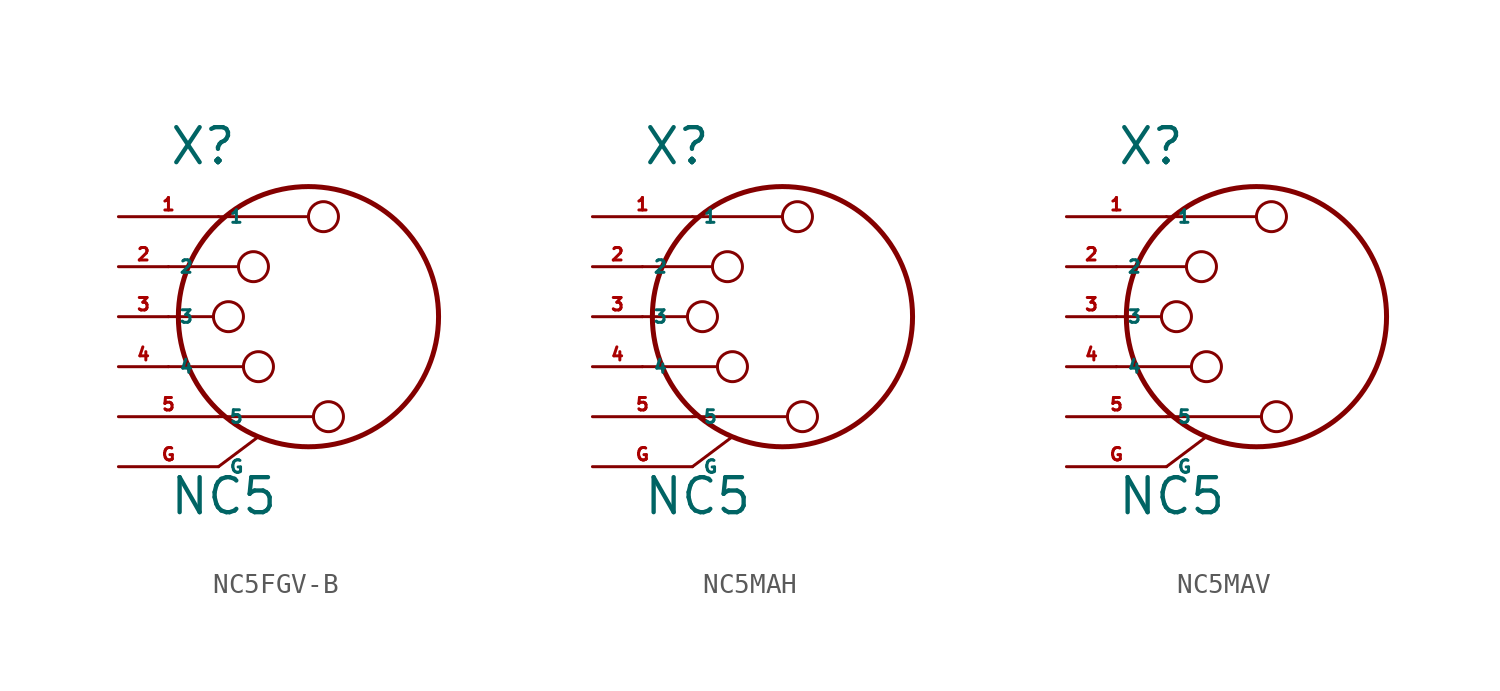
<source format=kicad_sym>
(kicad_symbol_lib
  (version 20220914)
  (generator Eagle2Kicad)
  (symbol "NC5FGV-B"
    (property "Reference" "X"
      (at -5.08 7.62 0)
      (effects (font (size 1.778 1.778) (thickness 0.22)) (justify left bottom)))
    (property "Value" "NC5"
      (at -5.08 -10.16 0)
      (effects (font (size 1.778 1.778) (thickness 0.22)) (justify left bottom)))
    (polyline
      (pts (xy -2.54 5.08) (xy 2.032 5.08))
      (stroke (width 0.152) (type default))
      (fill (type none)))
    (polyline
      (pts (xy -5.08 -2.54) (xy -1.27 -2.54))
      (stroke (width 0.152) (type default))
      (fill (type none)))
    (polyline
      (pts (xy -5.08 0) (xy -2.794 0))
      (stroke (width 0.152) (type default))
      (fill (type none)))
    (polyline
      (pts (xy -2.54 -7.62) (xy -0.508 -6.096))
      (stroke (width 0.152) (type default))
      (fill (type none)))
    (polyline
      (pts (xy -5.08 2.54) (xy -1.524 2.54))
      (stroke (width 0.152) (type default))
      (fill (type none)))
    (polyline
      (pts (xy -2.54 -5.08) (xy 2.286 -5.08))
      (stroke (width 0.152) (type default))
      (fill (type none)))
    (circle
      (center 2.032 0)
      (radius 6.609)
      (stroke (width 0.254) (type default))
      (fill (type none)))
    (circle
      (center -2.032 0)
      (radius 0.762)
      (stroke (width 0.152) (type default))
      (fill (type none)))
    (circle
      (center 2.794 5.08)
      (radius 0.762)
      (stroke (width 0.152) (type default))
      (fill (type none)))
    (circle
      (center -0.508 -2.54)
      (radius 0.762)
      (stroke (width 0.152) (type default))
      (fill (type none)))
    (circle
      (center -0.762 2.54)
      (radius 0.762)
      (stroke (width 0.152) (type default))
      (fill (type none)))
    (circle
      (center 3.048 -5.08)
      (radius 0.762)
      (stroke (width 0.152) (type default))
      (fill (type none)))
    (pin passive line
      (at -7.62 5.08 0)
      (length 5.08)
      (name "1" (effects (font (size 0.635 0.635) (thickness 0.08)) (justify left bottom)))
      (number "1" (effects (font (size 0.635 0.635) (thickness 0.08)) (justify left bottom))))
    (pin passive line
      (at -7.62 2.54 0)
      (length 2.54)
      (name "2" (effects (font (size 0.635 0.635) (thickness 0.08)) (justify left bottom)))
      (number "2" (effects (font (size 0.635 0.635) (thickness 0.08)) (justify left bottom))))
    (pin passive line
      (at -7.62 0 0)
      (length 2.54)
      (name "3" (effects (font (size 0.635 0.635) (thickness 0.08)) (justify left bottom)))
      (number "3" (effects (font (size 0.635 0.635) (thickness 0.08)) (justify left bottom))))
    (pin passive line
      (at -7.62 -7.62 0)
      (length 5.08)
      (name "G" (effects (font (size 0.635 0.635) (thickness 0.08)) (justify left bottom)))
      (number "G" (effects (font (size 0.635 0.635) (thickness 0.08)) (justify left bottom))))
    (pin passive line
      (at -7.62 -2.54 0)
      (length 2.54)
      (name "4" (effects (font (size 0.635 0.635) (thickness 0.08)) (justify left bottom)))
      (number "4" (effects (font (size 0.635 0.635) (thickness 0.08)) (justify left bottom))))
    (pin passive line
      (at -7.62 -5.08 0)
      (length 5.08)
      (name "5" (effects (font (size 0.635 0.635) (thickness 0.08)) (justify left bottom)))
      (number "5" (effects (font (size 0.635 0.635) (thickness 0.08)) (justify left bottom)))))
  (symbol "NC5MAH"
    (property "Reference" "X"
      (at -5.08 7.62 0)
      (effects (font (size 1.778 1.778) (thickness 0.22)) (justify left bottom)))
    (property "Value" "NC5"
      (at -5.08 -10.16 0)
      (effects (font (size 1.778 1.778) (thickness 0.22)) (justify left bottom)))
    (polyline
      (pts (xy -2.54 5.08) (xy 2.032 5.08))
      (stroke (width 0.152) (type default))
      (fill (type none)))
    (polyline
      (pts (xy -5.08 -2.54) (xy -1.27 -2.54))
      (stroke (width 0.152) (type default))
      (fill (type none)))
    (polyline
      (pts (xy -5.08 0) (xy -2.794 0))
      (stroke (width 0.152) (type default))
      (fill (type none)))
    (polyline
      (pts (xy -2.54 -7.62) (xy -0.508 -6.096))
      (stroke (width 0.152) (type default))
      (fill (type none)))
    (polyline
      (pts (xy -5.08 2.54) (xy -1.524 2.54))
      (stroke (width 0.152) (type default))
      (fill (type none)))
    (polyline
      (pts (xy -2.54 -5.08) (xy 2.286 -5.08))
      (stroke (width 0.152) (type default))
      (fill (type none)))
    (circle
      (center 2.032 0)
      (radius 6.609)
      (stroke (width 0.254) (type default))
      (fill (type none)))
    (circle
      (center -2.032 0)
      (radius 0.762)
      (stroke (width 0.152) (type default))
      (fill (type none)))
    (circle
      (center 2.794 5.08)
      (radius 0.762)
      (stroke (width 0.152) (type default))
      (fill (type none)))
    (circle
      (center -0.508 -2.54)
      (radius 0.762)
      (stroke (width 0.152) (type default))
      (fill (type none)))
    (circle
      (center -0.762 2.54)
      (radius 0.762)
      (stroke (width 0.152) (type default))
      (fill (type none)))
    (circle
      (center 3.048 -5.08)
      (radius 0.762)
      (stroke (width 0.152) (type default))
      (fill (type none)))
    (pin passive line
      (at -7.62 5.08 0)
      (length 5.08)
      (name "1" (effects (font (size 0.635 0.635) (thickness 0.08)) (justify left bottom)))
      (number "1" (effects (font (size 0.635 0.635) (thickness 0.08)) (justify left bottom))))
    (pin passive line
      (at -7.62 2.54 0)
      (length 2.54)
      (name "2" (effects (font (size 0.635 0.635) (thickness 0.08)) (justify left bottom)))
      (number "2" (effects (font (size 0.635 0.635) (thickness 0.08)) (justify left bottom))))
    (pin passive line
      (at -7.62 0 0)
      (length 2.54)
      (name "3" (effects (font (size 0.635 0.635) (thickness 0.08)) (justify left bottom)))
      (number "3" (effects (font (size 0.635 0.635) (thickness 0.08)) (justify left bottom))))
    (pin passive line
      (at -7.62 -7.62 0)
      (length 5.08)
      (name "G" (effects (font (size 0.635 0.635) (thickness 0.08)) (justify left bottom)))
      (number "G" (effects (font (size 0.635 0.635) (thickness 0.08)) (justify left bottom))))
    (pin passive line
      (at -7.62 -2.54 0)
      (length 2.54)
      (name "4" (effects (font (size 0.635 0.635) (thickness 0.08)) (justify left bottom)))
      (number "4" (effects (font (size 0.635 0.635) (thickness 0.08)) (justify left bottom))))
    (pin passive line
      (at -7.62 -5.08 0)
      (length 5.08)
      (name "5" (effects (font (size 0.635 0.635) (thickness 0.08)) (justify left bottom)))
      (number "5" (effects (font (size 0.635 0.635) (thickness 0.08)) (justify left bottom)))))
  (symbol "NC5MAV"
    (property "Reference" "X"
      (at -5.08 7.62 0)
      (effects (font (size 1.778 1.778) (thickness 0.22)) (justify left bottom)))
    (property "Value" "NC5"
      (at -5.08 -10.16 0)
      (effects (font (size 1.778 1.778) (thickness 0.22)) (justify left bottom)))
    (polyline
      (pts (xy -2.54 5.08) (xy 2.032 5.08))
      (stroke (width 0.152) (type default))
      (fill (type none)))
    (polyline
      (pts (xy -5.08 -2.54) (xy -1.27 -2.54))
      (stroke (width 0.152) (type default))
      (fill (type none)))
    (polyline
      (pts (xy -5.08 0) (xy -2.794 0))
      (stroke (width 0.152) (type default))
      (fill (type none)))
    (polyline
      (pts (xy -2.54 -7.62) (xy -0.508 -6.096))
      (stroke (width 0.152) (type default))
      (fill (type none)))
    (polyline
      (pts (xy -5.08 2.54) (xy -1.524 2.54))
      (stroke (width 0.152) (type default))
      (fill (type none)))
    (polyline
      (pts (xy -2.54 -5.08) (xy 2.286 -5.08))
      (stroke (width 0.152) (type default))
      (fill (type none)))
    (circle
      (center 2.032 0)
      (radius 6.609)
      (stroke (width 0.254) (type default))
      (fill (type none)))
    (circle
      (center -2.032 0)
      (radius 0.762)
      (stroke (width 0.152) (type default))
      (fill (type none)))
    (circle
      (center 2.794 5.08)
      (radius 0.762)
      (stroke (width 0.152) (type default))
      (fill (type none)))
    (circle
      (center -0.508 -2.54)
      (radius 0.762)
      (stroke (width 0.152) (type default))
      (fill (type none)))
    (circle
      (center -0.762 2.54)
      (radius 0.762)
      (stroke (width 0.152) (type default))
      (fill (type none)))
    (circle
      (center 3.048 -5.08)
      (radius 0.762)
      (stroke (width 0.152) (type default))
      (fill (type none)))
    (pin passive line
      (at -7.62 5.08 0)
      (length 5.08)
      (name "1" (effects (font (size 0.635 0.635) (thickness 0.08)) (justify left bottom)))
      (number "1" (effects (font (size 0.635 0.635) (thickness 0.08)) (justify left bottom))))
    (pin passive line
      (at -7.62 2.54 0)
      (length 2.54)
      (name "2" (effects (font (size 0.635 0.635) (thickness 0.08)) (justify left bottom)))
      (number "2" (effects (font (size 0.635 0.635) (thickness 0.08)) (justify left bottom))))
    (pin passive line
      (at -7.62 0 0)
      (length 2.54)
      (name "3" (effects (font (size 0.635 0.635) (thickness 0.08)) (justify left bottom)))
      (number "3" (effects (font (size 0.635 0.635) (thickness 0.08)) (justify left bottom))))
    (pin passive line
      (at -7.62 -7.62 0)
      (length 5.08)
      (name "G" (effects (font (size 0.635 0.635) (thickness 0.08)) (justify left bottom)))
      (number "G" (effects (font (size 0.635 0.635) (thickness 0.08)) (justify left bottom))))
    (pin passive line
      (at -7.62 -2.54 0)
      (length 2.54)
      (name "4" (effects (font (size 0.635 0.635) (thickness 0.08)) (justify left bottom)))
      (number "4" (effects (font (size 0.635 0.635) (thickness 0.08)) (justify left bottom))))
    (pin passive line
      (at -7.62 -5.08 0)
      (length 5.08)
      (name "5" (effects (font (size 0.635 0.635) (thickness 0.08)) (justify left bottom)))
      (number "5" (effects (font (size 0.635 0.635) (thickness 0.08)) (justify left bottom))))))
</source>
